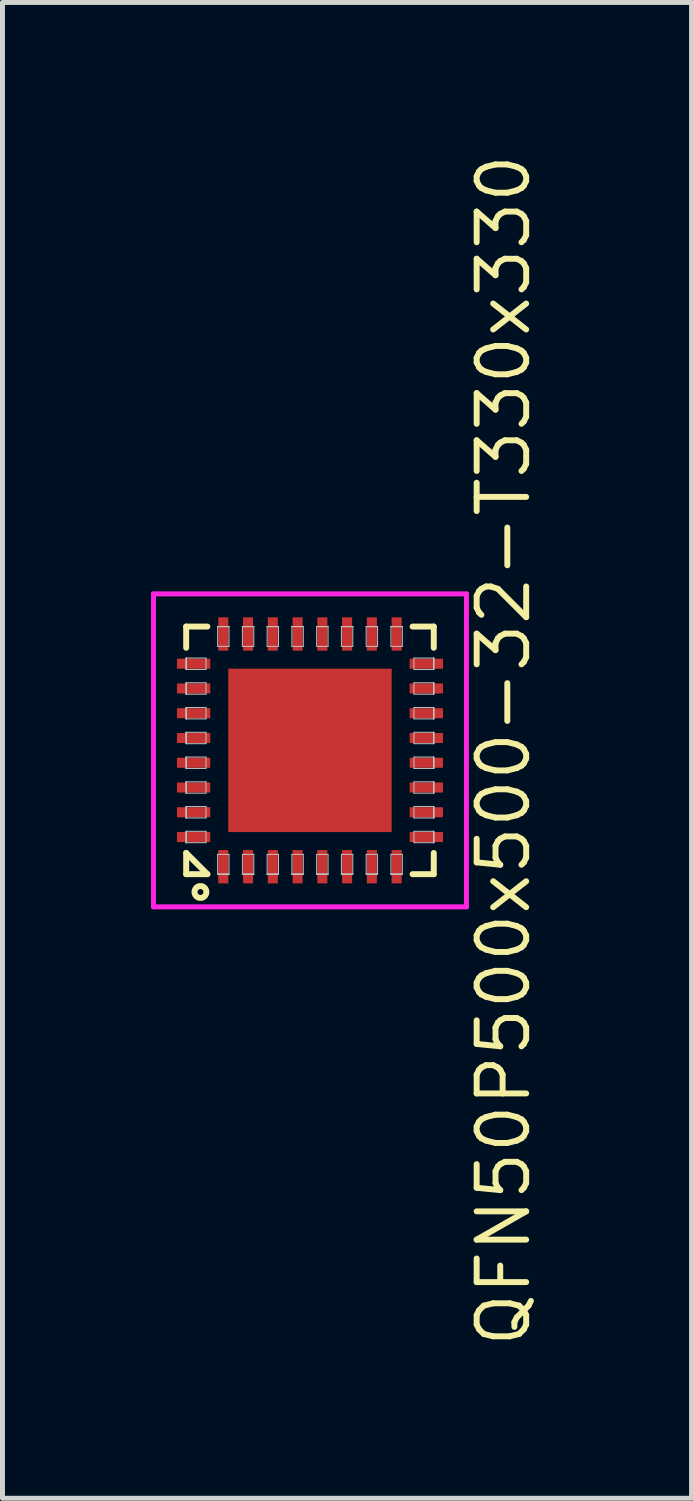
<source format=kicad_pcb>
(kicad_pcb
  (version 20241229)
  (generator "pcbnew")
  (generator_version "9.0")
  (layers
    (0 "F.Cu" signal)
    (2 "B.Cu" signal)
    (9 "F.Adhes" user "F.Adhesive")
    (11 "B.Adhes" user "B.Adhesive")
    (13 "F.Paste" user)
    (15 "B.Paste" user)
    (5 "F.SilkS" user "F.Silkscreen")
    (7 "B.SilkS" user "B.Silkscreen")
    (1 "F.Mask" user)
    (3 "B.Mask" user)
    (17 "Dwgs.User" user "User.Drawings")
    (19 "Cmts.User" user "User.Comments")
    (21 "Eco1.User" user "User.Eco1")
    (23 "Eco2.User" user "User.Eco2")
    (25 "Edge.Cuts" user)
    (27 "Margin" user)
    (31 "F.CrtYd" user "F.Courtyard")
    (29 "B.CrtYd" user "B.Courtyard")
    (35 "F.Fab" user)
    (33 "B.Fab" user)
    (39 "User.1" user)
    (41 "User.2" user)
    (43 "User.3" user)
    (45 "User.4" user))
  (footprint "QFN50P500x500-32-T330x330"
    (layer "F.Cu")
    (at 3.21 12.104)
    (property "Reference" "QFN50P500x500-32-T330x330" (at 3.91 0 90) (layer "F.SilkS") (effects (font (size 1 1) (thickness 0.12))))
    (attr through_hole)
    (fp_line (start -2.5 -2.5) (end -2.5 -2.072) (stroke (width 0.12) (type solid)) (layer "F.SilkS"))
    (fp_line (start -2.5 -2.5) (end -2.072 -2.5) (stroke (width 0.12) (type solid)) (layer "F.SilkS"))
    (fp_line (start -2.5 2.072) (end -2.072 2.5) (stroke (width 0.12) (type solid)) (layer "F.SilkS"))
    (fp_line (start -2.5 2.5) (end -2.5 2.072) (stroke (width 0.12) (type solid)) (layer "F.SilkS"))
    (fp_line (start -2.5 2.5) (end -2.072 2.5) (stroke (width 0.12) (type solid)) (layer "F.SilkS"))
    (fp_line (start 2.5 -2.5) (end 2.072 -2.5) (stroke (width 0.12) (type solid)) (layer "F.SilkS"))
    (fp_line (start 2.5 -2.5) (end 2.5 -2.072) (stroke (width 0.12) (type solid)) (layer "F.SilkS"))
    (fp_line (start 2.5 2.5) (end 2.072 2.5) (stroke (width 0.12) (type solid)) (layer "F.SilkS"))
    (fp_line (start 2.5 2.5) (end 2.5 2.072) (stroke (width 0.12) (type solid)) (layer "F.SilkS"))
    (fp_circle (center -2.212 2.86) (end -2.092 2.86) (stroke (width 0.12) (type solid)) (fill no) (layer "F.SilkS"))
    (fp_line (start -2.5 -1.865) (end -2.5 -1.865) (stroke (width 0.02) (type solid)) (layer "Dwgs.User"))
    (fp_line (start -2.5 -1.865) (end -2.5 -1.635) (stroke (width 0.02) (type solid)) (layer "Dwgs.User"))
    (fp_line (start -2.5 -1.865) (end -2.1 -1.865) (stroke (width 0.02) (type solid)) (layer "Dwgs.User"))
    (fp_line (start -2.5 -1.635) (end -2.5 -1.865) (stroke (width 0.02) (type solid)) (layer "Dwgs.User"))
    (fp_line (start -2.5 -1.635) (end -2.5 -1.865) (stroke (width 0.02) (type solid)) (layer "Dwgs.User"))
    (fp_line (start -2.5 -1.635) (end -2.5 -1.635) (stroke (width 0.02) (type solid)) (layer "Dwgs.User"))
    (fp_line (start -2.5 -1.365) (end -2.5 -1.365) (stroke (width 0.02) (type solid)) (layer "Dwgs.User"))
    (fp_line (start -2.5 -1.365) (end -2.5 -1.135) (stroke (width 0.02) (type solid)) (layer "Dwgs.User"))
    (fp_line (start -2.5 -1.365) (end -2.1 -1.365) (stroke (width 0.02) (type solid)) (layer "Dwgs.User"))
    (fp_line (start -2.5 -1.135) (end -2.5 -1.365) (stroke (width 0.02) (type solid)) (layer "Dwgs.User"))
    (fp_line (start -2.5 -1.135) (end -2.5 -1.365) (stroke (width 0.02) (type solid)) (layer "Dwgs.User"))
    (fp_line (start -2.5 -1.135) (end -2.5 -1.135) (stroke (width 0.02) (type solid)) (layer "Dwgs.User"))
    (fp_line (start -2.5 -0.865) (end -2.5 -0.865) (stroke (width 0.02) (type solid)) (layer "Dwgs.User"))
    (fp_line (start -2.5 -0.865) (end -2.5 -0.635) (stroke (width 0.02) (type solid)) (layer "Dwgs.User"))
    (fp_line (start -2.5 -0.865) (end -2.1 -0.865) (stroke (width 0.02) (type solid)) (layer "Dwgs.User"))
    (fp_line (start -2.5 -0.635) (end -2.5 -0.865) (stroke (width 0.02) (type solid)) (layer "Dwgs.User"))
    (fp_line (start -2.5 -0.635) (end -2.5 -0.865) (stroke (width 0.02) (type solid)) (layer "Dwgs.User"))
    (fp_line (start -2.5 -0.635) (end -2.5 -0.635) (stroke (width 0.02) (type solid)) (layer "Dwgs.User"))
    (fp_line (start -2.5 -0.365) (end -2.5 -0.365) (stroke (width 0.02) (type solid)) (layer "Dwgs.User"))
    (fp_line (start -2.5 -0.365) (end -2.5 -0.135) (stroke (width 0.02) (type solid)) (layer "Dwgs.User"))
    (fp_line (start -2.5 -0.365) (end -2.1 -0.365) (stroke (width 0.02) (type solid)) (layer "Dwgs.User"))
    (fp_line (start -2.5 -0.135) (end -2.5 -0.365) (stroke (width 0.02) (type solid)) (layer "Dwgs.User"))
    (fp_line (start -2.5 -0.135) (end -2.5 -0.365) (stroke (width 0.02) (type solid)) (layer "Dwgs.User"))
    (fp_line (start -2.5 -0.135) (end -2.5 -0.135) (stroke (width 0.02) (type solid)) (layer "Dwgs.User"))
    (fp_line (start -2.5 0.135) (end -2.5 0.135) (stroke (width 0.02) (type solid)) (layer "Dwgs.User"))
    (fp_line (start -2.5 0.135) (end -2.5 0.365) (stroke (width 0.02) (type solid)) (layer "Dwgs.User"))
    (fp_line (start -2.5 0.135) (end -2.1 0.135) (stroke (width 0.02) (type solid)) (layer "Dwgs.User"))
    (fp_line (start -2.5 0.365) (end -2.5 0.135) (stroke (width 0.02) (type solid)) (layer "Dwgs.User"))
    (fp_line (start -2.5 0.365) (end -2.5 0.135) (stroke (width 0.02) (type solid)) (layer "Dwgs.User"))
    (fp_line (start -2.5 0.365) (end -2.5 0.365) (stroke (width 0.02) (type solid)) (layer "Dwgs.User"))
    (fp_line (start -2.5 0.635) (end -2.5 0.635) (stroke (width 0.02) (type solid)) (layer "Dwgs.User"))
    (fp_line (start -2.5 0.635) (end -2.5 0.865) (stroke (width 0.02) (type solid)) (layer "Dwgs.User"))
    (fp_line (start -2.5 0.635) (end -2.1 0.635) (stroke (width 0.02) (type solid)) (layer "Dwgs.User"))
    (fp_line (start -2.5 0.865) (end -2.5 0.635) (stroke (width 0.02) (type solid)) (layer "Dwgs.User"))
    (fp_line (start -2.5 0.865) (end -2.5 0.635) (stroke (width 0.02) (type solid)) (layer "Dwgs.User"))
    (fp_line (start -2.5 0.865) (end -2.5 0.865) (stroke (width 0.02) (type solid)) (layer "Dwgs.User"))
    (fp_line (start -2.5 1.135) (end -2.5 1.135) (stroke (width 0.02) (type solid)) (layer "Dwgs.User"))
    (fp_line (start -2.5 1.135) (end -2.5 1.365) (stroke (width 0.02) (type solid)) (layer "Dwgs.User"))
    (fp_line (start -2.5 1.135) (end -2.1 1.135) (stroke (width 0.02) (type solid)) (layer "Dwgs.User"))
    (fp_line (start -2.5 1.365) (end -2.5 1.135) (stroke (width 0.02) (type solid)) (layer "Dwgs.User"))
    (fp_line (start -2.5 1.365) (end -2.5 1.135) (stroke (width 0.02) (type solid)) (layer "Dwgs.User"))
    (fp_line (start -2.5 1.365) (end -2.5 1.365) (stroke (width 0.02) (type solid)) (layer "Dwgs.User"))
    (fp_line (start -2.5 1.635) (end -2.5 1.635) (stroke (width 0.02) (type solid)) (layer "Dwgs.User"))
    (fp_line (start -2.5 1.635) (end -2.5 1.865) (stroke (width 0.02) (type solid)) (layer "Dwgs.User"))
    (fp_line (start -2.5 1.635) (end -2.1 1.635) (stroke (width 0.02) (type solid)) (layer "Dwgs.User"))
    (fp_line (start -2.5 1.865) (end -2.5 1.635) (stroke (width 0.02) (type solid)) (layer "Dwgs.User"))
    (fp_line (start -2.5 1.865) (end -2.5 1.635) (stroke (width 0.02) (type solid)) (layer "Dwgs.User"))
    (fp_line (start -2.5 1.865) (end -2.5 1.865) (stroke (width 0.02) (type solid)) (layer "Dwgs.User"))
    (fp_line (start -2.1 -1.865) (end -2.1 -1.635) (stroke (width 0.02) (type solid)) (layer "Dwgs.User"))
    (fp_line (start -2.1 -1.635) (end -2.5 -1.635) (stroke (width 0.02) (type solid)) (layer "Dwgs.User"))
    (fp_line (start -2.1 -1.365) (end -2.1 -1.135) (stroke (width 0.02) (type solid)) (layer "Dwgs.User"))
    (fp_line (start -2.1 -1.135) (end -2.5 -1.135) (stroke (width 0.02) (type solid)) (layer "Dwgs.User"))
    (fp_line (start -2.1 -0.865) (end -2.1 -0.635) (stroke (width 0.02) (type solid)) (layer "Dwgs.User"))
    (fp_line (start -2.1 -0.635) (end -2.5 -0.635) (stroke (width 0.02) (type solid)) (layer "Dwgs.User"))
    (fp_line (start -2.1 -0.365) (end -2.1 -0.135) (stroke (width 0.02) (type solid)) (layer "Dwgs.User"))
    (fp_line (start -2.1 -0.135) (end -2.5 -0.135) (stroke (width 0.02) (type solid)) (layer "Dwgs.User"))
    (fp_line (start -2.1 0.135) (end -2.1 0.365) (stroke (width 0.02) (type solid)) (layer "Dwgs.User"))
    (fp_line (start -2.1 0.365) (end -2.5 0.365) (stroke (width 0.02) (type solid)) (layer "Dwgs.User"))
    (fp_line (start -2.1 0.635) (end -2.1 0.865) (stroke (width 0.02) (type solid)) (layer "Dwgs.User"))
    (fp_line (start -2.1 0.865) (end -2.5 0.865) (stroke (width 0.02) (type solid)) (layer "Dwgs.User"))
    (fp_line (start -2.1 1.135) (end -2.1 1.365) (stroke (width 0.02) (type solid)) (layer "Dwgs.User"))
    (fp_line (start -2.1 1.365) (end -2.5 1.365) (stroke (width 0.02) (type solid)) (layer "Dwgs.User"))
    (fp_line (start -2.1 1.635) (end -2.1 1.865) (stroke (width 0.02) (type solid)) (layer "Dwgs.User"))
    (fp_line (start -2.1 1.865) (end -2.5 1.865) (stroke (width 0.02) (type solid)) (layer "Dwgs.User"))
    (fp_line (start -1.865 -2.5) (end -1.865 -2.5) (stroke (width 0.02) (type solid)) (layer "Dwgs.User"))
    (fp_line (start -1.865 -2.5) (end -1.635 -2.5) (stroke (width 0.02) (type solid)) (layer "Dwgs.User"))
    (fp_line (start -1.865 -2.5) (end -1.635 -2.5) (stroke (width 0.02) (type solid)) (layer "Dwgs.User"))
    (fp_line (start -1.865 -2.1) (end -1.865 -2.5) (stroke (width 0.02) (type solid)) (layer "Dwgs.User"))
    (fp_line (start -1.865 2.1) (end -1.865 2.5) (stroke (width 0.02) (type solid)) (layer "Dwgs.User"))
    (fp_line (start -1.865 2.5) (end -1.865 2.5) (stroke (width 0.02) (type solid)) (layer "Dwgs.User"))
    (fp_line (start -1.865 2.5) (end -1.635 2.5) (stroke (width 0.02) (type solid)) (layer "Dwgs.User"))
    (fp_line (start -1.865 2.5) (end -1.635 2.5) (stroke (width 0.02) (type solid)) (layer "Dwgs.User"))
    (fp_line (start -1.635 -2.5) (end -1.865 -2.5) (stroke (width 0.02) (type solid)) (layer "Dwgs.User"))
    (fp_line (start -1.635 -2.5) (end -1.635 -2.5) (stroke (width 0.02) (type solid)) (layer "Dwgs.User"))
    (fp_line (start -1.635 -2.5) (end -1.635 -2.1) (stroke (width 0.02) (type solid)) (layer "Dwgs.User"))
    (fp_line (start -1.635 -2.1) (end -1.865 -2.1) (stroke (width 0.02) (type solid)) (layer "Dwgs.User"))
    (fp_line (start -1.635 2.1) (end -1.865 2.1) (stroke (width 0.02) (type solid)) (layer "Dwgs.User"))
    (fp_line (start -1.635 2.5) (end -1.865 2.5) (stroke (width 0.02) (type solid)) (layer "Dwgs.User"))
    (fp_line (start -1.635 2.5) (end -1.635 2.1) (stroke (width 0.02) (type solid)) (layer "Dwgs.User"))
    (fp_line (start -1.635 2.5) (end -1.635 2.5) (stroke (width 0.02) (type solid)) (layer "Dwgs.User"))
    (fp_line (start -1.365 -2.5) (end -1.365 -2.5) (stroke (width 0.02) (type solid)) (layer "Dwgs.User"))
    (fp_line (start -1.365 -2.5) (end -1.135 -2.5) (stroke (width 0.02) (type solid)) (layer "Dwgs.User"))
    (fp_line (start -1.365 -2.5) (end -1.135 -2.5) (stroke (width 0.02) (type solid)) (layer "Dwgs.User"))
    (fp_line (start -1.365 -2.1) (end -1.365 -2.5) (stroke (width 0.02) (type solid)) (layer "Dwgs.User"))
    (fp_line (start -1.365 2.1) (end -1.365 2.5) (stroke (width 0.02) (type solid)) (layer "Dwgs.User"))
    (fp_line (start -1.365 2.5) (end -1.365 2.5) (stroke (width 0.02) (type solid)) (layer "Dwgs.User"))
    (fp_line (start -1.365 2.5) (end -1.135 2.5) (stroke (width 0.02) (type solid)) (layer "Dwgs.User"))
    (fp_line (start -1.365 2.5) (end -1.135 2.5) (stroke (width 0.02) (type solid)) (layer "Dwgs.User"))
    (fp_line (start -1.135 -2.5) (end -1.365 -2.5) (stroke (width 0.02) (type solid)) (layer "Dwgs.User"))
    (fp_line (start -1.135 -2.5) (end -1.135 -2.5) (stroke (width 0.02) (type solid)) (layer "Dwgs.User"))
    (fp_line (start -1.135 -2.5) (end -1.135 -2.1) (stroke (width 0.02) (type solid)) (layer "Dwgs.User"))
    (fp_line (start -1.135 -2.1) (end -1.365 -2.1) (stroke (width 0.02) (type solid)) (layer "Dwgs.User"))
    (fp_line (start -1.135 2.1) (end -1.365 2.1) (stroke (width 0.02) (type solid)) (layer "Dwgs.User"))
    (fp_line (start -1.135 2.5) (end -1.365 2.5) (stroke (width 0.02) (type solid)) (layer "Dwgs.User"))
    (fp_line (start -1.135 2.5) (end -1.135 2.1) (stroke (width 0.02) (type solid)) (layer "Dwgs.User"))
    (fp_line (start -1.135 2.5) (end -1.135 2.5) (stroke (width 0.02) (type solid)) (layer "Dwgs.User"))
    (fp_line (start -0.865 -2.5) (end -0.865 -2.5) (stroke (width 0.02) (type solid)) (layer "Dwgs.User"))
    (fp_line (start -0.865 -2.5) (end -0.635 -2.5) (stroke (width 0.02) (type solid)) (layer "Dwgs.User"))
    (fp_line (start -0.865 -2.5) (end -0.635 -2.5) (stroke (width 0.02) (type solid)) (layer "Dwgs.User"))
    (fp_line (start -0.865 -2.1) (end -0.865 -2.5) (stroke (width 0.02) (type solid)) (layer "Dwgs.User"))
    (fp_line (start -0.865 2.1) (end -0.865 2.5) (stroke (width 0.02) (type solid)) (layer "Dwgs.User"))
    (fp_line (start -0.865 2.5) (end -0.865 2.5) (stroke (width 0.02) (type solid)) (layer "Dwgs.User"))
    (fp_line (start -0.865 2.5) (end -0.635 2.5) (stroke (width 0.02) (type solid)) (layer "Dwgs.User"))
    (fp_line (start -0.865 2.5) (end -0.635 2.5) (stroke (width 0.02) (type solid)) (layer "Dwgs.User"))
    (fp_line (start -0.635 -2.5) (end -0.865 -2.5) (stroke (width 0.02) (type solid)) (layer "Dwgs.User"))
    (fp_line (start -0.635 -2.5) (end -0.635 -2.5) (stroke (width 0.02) (type solid)) (layer "Dwgs.User"))
    (fp_line (start -0.635 -2.5) (end -0.635 -2.1) (stroke (width 0.02) (type solid)) (layer "Dwgs.User"))
    (fp_line (start -0.635 -2.1) (end -0.865 -2.1) (stroke (width 0.02) (type solid)) (layer "Dwgs.User"))
    (fp_line (start -0.635 2.1) (end -0.865 2.1) (stroke (width 0.02) (type solid)) (layer "Dwgs.User"))
    (fp_line (start -0.635 2.5) (end -0.865 2.5) (stroke (width 0.02) (type solid)) (layer "Dwgs.User"))
    (fp_line (start -0.635 2.5) (end -0.635 2.1) (stroke (width 0.02) (type solid)) (layer "Dwgs.User"))
    (fp_line (start -0.635 2.5) (end -0.635 2.5) (stroke (width 0.02) (type solid)) (layer "Dwgs.User"))
    (fp_line (start -0.365 -2.5) (end -0.365 -2.5) (stroke (width 0.02) (type solid)) (layer "Dwgs.User"))
    (fp_line (start -0.365 -2.5) (end -0.135 -2.5) (stroke (width 0.02) (type solid)) (layer "Dwgs.User"))
    (fp_line (start -0.365 -2.5) (end -0.135 -2.5) (stroke (width 0.02) (type solid)) (layer "Dwgs.User"))
    (fp_line (start -0.365 -2.1) (end -0.365 -2.5) (stroke (width 0.02) (type solid)) (layer "Dwgs.User"))
    (fp_line (start -0.365 2.1) (end -0.365 2.5) (stroke (width 0.02) (type solid)) (layer "Dwgs.User"))
    (fp_line (start -0.365 2.5) (end -0.365 2.5) (stroke (width 0.02) (type solid)) (layer "Dwgs.User"))
    (fp_line (start -0.365 2.5) (end -0.135 2.5) (stroke (width 0.02) (type solid)) (layer "Dwgs.User"))
    (fp_line (start -0.365 2.5) (end -0.135 2.5) (stroke (width 0.02) (type solid)) (layer "Dwgs.User"))
    (fp_line (start -0.135 -2.5) (end -0.365 -2.5) (stroke (width 0.02) (type solid)) (layer "Dwgs.User"))
    (fp_line (start -0.135 -2.5) (end -0.135 -2.5) (stroke (width 0.02) (type solid)) (layer "Dwgs.User"))
    (fp_line (start -0.135 -2.5) (end -0.135 -2.1) (stroke (width 0.02) (type solid)) (layer "Dwgs.User"))
    (fp_line (start -0.135 -2.1) (end -0.365 -2.1) (stroke (width 0.02) (type solid)) (layer "Dwgs.User"))
    (fp_line (start -0.135 2.1) (end -0.365 2.1) (stroke (width 0.02) (type solid)) (layer "Dwgs.User"))
    (fp_line (start -0.135 2.5) (end -0.365 2.5) (stroke (width 0.02) (type solid)) (layer "Dwgs.User"))
    (fp_line (start -0.135 2.5) (end -0.135 2.1) (stroke (width 0.02) (type solid)) (layer "Dwgs.User"))
    (fp_line (start -0.135 2.5) (end -0.135 2.5) (stroke (width 0.02) (type solid)) (layer "Dwgs.User"))
    (fp_line (start 0.135 -2.5) (end 0.135 -2.5) (stroke (width 0.02) (type solid)) (layer "Dwgs.User"))
    (fp_line (start 0.135 -2.5) (end 0.365 -2.5) (stroke (width 0.02) (type solid)) (layer "Dwgs.User"))
    (fp_line (start 0.135 -2.5) (end 0.365 -2.5) (stroke (width 0.02) (type solid)) (layer "Dwgs.User"))
    (fp_line (start 0.135 -2.1) (end 0.135 -2.5) (stroke (width 0.02) (type solid)) (layer "Dwgs.User"))
    (fp_line (start 0.135 2.1) (end 0.135 2.5) (stroke (width 0.02) (type solid)) (layer "Dwgs.User"))
    (fp_line (start 0.135 2.5) (end 0.135 2.5) (stroke (width 0.02) (type solid)) (layer "Dwgs.User"))
    (fp_line (start 0.135 2.5) (end 0.365 2.5) (stroke (width 0.02) (type solid)) (layer "Dwgs.User"))
    (fp_line (start 0.135 2.5) (end 0.365 2.5) (stroke (width 0.02) (type solid)) (layer "Dwgs.User"))
    (fp_line (start 0.365 -2.5) (end 0.135 -2.5) (stroke (width 0.02) (type solid)) (layer "Dwgs.User"))
    (fp_line (start 0.365 -2.5) (end 0.365 -2.5) (stroke (width 0.02) (type solid)) (layer "Dwgs.User"))
    (fp_line (start 0.365 -2.5) (end 0.365 -2.1) (stroke (width 0.02) (type solid)) (layer "Dwgs.User"))
    (fp_line (start 0.365 -2.1) (end 0.135 -2.1) (stroke (width 0.02) (type solid)) (layer "Dwgs.User"))
    (fp_line (start 0.365 2.1) (end 0.135 2.1) (stroke (width 0.02) (type solid)) (layer "Dwgs.User"))
    (fp_line (start 0.365 2.5) (end 0.135 2.5) (stroke (width 0.02) (type solid)) (layer "Dwgs.User"))
    (fp_line (start 0.365 2.5) (end 0.365 2.1) (stroke (width 0.02) (type solid)) (layer "Dwgs.User"))
    (fp_line (start 0.365 2.5) (end 0.365 2.5) (stroke (width 0.02) (type solid)) (layer "Dwgs.User"))
    (fp_line (start 0.635 -2.5) (end 0.635 -2.5) (stroke (width 0.02) (type solid)) (layer "Dwgs.User"))
    (fp_line (start 0.635 -2.5) (end 0.865 -2.5) (stroke (width 0.02) (type solid)) (layer "Dwgs.User"))
    (fp_line (start 0.635 -2.5) (end 0.865 -2.5) (stroke (width 0.02) (type solid)) (layer "Dwgs.User"))
    (fp_line (start 0.635 -2.1) (end 0.635 -2.5) (stroke (width 0.02) (type solid)) (layer "Dwgs.User"))
    (fp_line (start 0.635 2.1) (end 0.635 2.5) (stroke (width 0.02) (type solid)) (layer "Dwgs.User"))
    (fp_line (start 0.635 2.5) (end 0.635 2.5) (stroke (width 0.02) (type solid)) (layer "Dwgs.User"))
    (fp_line (start 0.635 2.5) (end 0.865 2.5) (stroke (width 0.02) (type solid)) (layer "Dwgs.User"))
    (fp_line (start 0.635 2.5) (end 0.865 2.5) (stroke (width 0.02) (type solid)) (layer "Dwgs.User"))
    (fp_line (start 0.865 -2.5) (end 0.635 -2.5) (stroke (width 0.02) (type solid)) (layer "Dwgs.User"))
    (fp_line (start 0.865 -2.5) (end 0.865 -2.5) (stroke (width 0.02) (type solid)) (layer "Dwgs.User"))
    (fp_line (start 0.865 -2.5) (end 0.865 -2.1) (stroke (width 0.02) (type solid)) (layer "Dwgs.User"))
    (fp_line (start 0.865 -2.1) (end 0.635 -2.1) (stroke (width 0.02) (type solid)) (layer "Dwgs.User"))
    (fp_line (start 0.865 2.1) (end 0.635 2.1) (stroke (width 0.02) (type solid)) (layer "Dwgs.User"))
    (fp_line (start 0.865 2.5) (end 0.635 2.5) (stroke (width 0.02) (type solid)) (layer "Dwgs.User"))
    (fp_line (start 0.865 2.5) (end 0.865 2.1) (stroke (width 0.02) (type solid)) (layer "Dwgs.User"))
    (fp_line (start 0.865 2.5) (end 0.865 2.5) (stroke (width 0.02) (type solid)) (layer "Dwgs.User"))
    (fp_line (start 1.135 -2.5) (end 1.135 -2.5) (stroke (width 0.02) (type solid)) (layer "Dwgs.User"))
    (fp_line (start 1.135 -2.5) (end 1.365 -2.5) (stroke (width 0.02) (type solid)) (layer "Dwgs.User"))
    (fp_line (start 1.135 -2.5) (end 1.365 -2.5) (stroke (width 0.02) (type solid)) (layer "Dwgs.User"))
    (fp_line (start 1.135 -2.1) (end 1.135 -2.5) (stroke (width 0.02) (type solid)) (layer "Dwgs.User"))
    (fp_line (start 1.135 2.1) (end 1.135 2.5) (stroke (width 0.02) (type solid)) (layer "Dwgs.User"))
    (fp_line (start 1.135 2.5) (end 1.135 2.5) (stroke (width 0.02) (type solid)) (layer "Dwgs.User"))
    (fp_line (start 1.135 2.5) (end 1.365 2.5) (stroke (width 0.02) (type solid)) (layer "Dwgs.User"))
    (fp_line (start 1.135 2.5) (end 1.365 2.5) (stroke (width 0.02) (type solid)) (layer "Dwgs.User"))
    (fp_line (start 1.365 -2.5) (end 1.135 -2.5) (stroke (width 0.02) (type solid)) (layer "Dwgs.User"))
    (fp_line (start 1.365 -2.5) (end 1.365 -2.5) (stroke (width 0.02) (type solid)) (layer "Dwgs.User"))
    (fp_line (start 1.365 -2.5) (end 1.365 -2.1) (stroke (width 0.02) (type solid)) (layer "Dwgs.User"))
    (fp_line (start 1.365 -2.1) (end 1.135 -2.1) (stroke (width 0.02) (type solid)) (layer "Dwgs.User"))
    (fp_line (start 1.365 2.1) (end 1.135 2.1) (stroke (width 0.02) (type solid)) (layer "Dwgs.User"))
    (fp_line (start 1.365 2.5) (end 1.135 2.5) (stroke (width 0.02) (type solid)) (layer "Dwgs.User"))
    (fp_line (start 1.365 2.5) (end 1.365 2.1) (stroke (width 0.02) (type solid)) (layer "Dwgs.User"))
    (fp_line (start 1.365 2.5) (end 1.365 2.5) (stroke (width 0.02) (type solid)) (layer "Dwgs.User"))
    (fp_line (start 1.635 -2.5) (end 1.635 -2.5) (stroke (width 0.02) (type solid)) (layer "Dwgs.User"))
    (fp_line (start 1.635 -2.5) (end 1.865 -2.5) (stroke (width 0.02) (type solid)) (layer "Dwgs.User"))
    (fp_line (start 1.635 -2.5) (end 1.865 -2.5) (stroke (width 0.02) (type solid)) (layer "Dwgs.User"))
    (fp_line (start 1.635 -2.1) (end 1.635 -2.5) (stroke (width 0.02) (type solid)) (layer "Dwgs.User"))
    (fp_line (start 1.635 2.1) (end 1.635 2.5) (stroke (width 0.02) (type solid)) (layer "Dwgs.User"))
    (fp_line (start 1.635 2.5) (end 1.635 2.5) (stroke (width 0.02) (type solid)) (layer "Dwgs.User"))
    (fp_line (start 1.635 2.5) (end 1.865 2.5) (stroke (width 0.02) (type solid)) (layer "Dwgs.User"))
    (fp_line (start 1.635 2.5) (end 1.865 2.5) (stroke (width 0.02) (type solid)) (layer "Dwgs.User"))
    (fp_line (start 1.865 -2.5) (end 1.635 -2.5) (stroke (width 0.02) (type solid)) (layer "Dwgs.User"))
    (fp_line (start 1.865 -2.5) (end 1.865 -2.5) (stroke (width 0.02) (type solid)) (layer "Dwgs.User"))
    (fp_line (start 1.865 -2.5) (end 1.865 -2.1) (stroke (width 0.02) (type solid)) (layer "Dwgs.User"))
    (fp_line (start 1.865 -2.1) (end 1.635 -2.1) (stroke (width 0.02) (type solid)) (layer "Dwgs.User"))
    (fp_line (start 1.865 2.1) (end 1.635 2.1) (stroke (width 0.02) (type solid)) (layer "Dwgs.User"))
    (fp_line (start 1.865 2.5) (end 1.635 2.5) (stroke (width 0.02) (type solid)) (layer "Dwgs.User"))
    (fp_line (start 1.865 2.5) (end 1.865 2.1) (stroke (width 0.02) (type solid)) (layer "Dwgs.User"))
    (fp_line (start 1.865 2.5) (end 1.865 2.5) (stroke (width 0.02) (type solid)) (layer "Dwgs.User"))
    (fp_line (start 2.1 -1.865) (end 2.1 -1.635) (stroke (width 0.02) (type solid)) (layer "Dwgs.User"))
    (fp_line (start 2.1 -1.635) (end 2.5 -1.635) (stroke (width 0.02) (type solid)) (layer "Dwgs.User"))
    (fp_line (start 2.1 -1.365) (end 2.1 -1.135) (stroke (width 0.02) (type solid)) (layer "Dwgs.User"))
    (fp_line (start 2.1 -1.135) (end 2.5 -1.135) (stroke (width 0.02) (type solid)) (layer "Dwgs.User"))
    (fp_line (start 2.1 -0.865) (end 2.1 -0.635) (stroke (width 0.02) (type solid)) (layer "Dwgs.User"))
    (fp_line (start 2.1 -0.635) (end 2.5 -0.635) (stroke (width 0.02) (type solid)) (layer "Dwgs.User"))
    (fp_line (start 2.1 -0.365) (end 2.1 -0.135) (stroke (width 0.02) (type solid)) (layer "Dwgs.User"))
    (fp_line (start 2.1 -0.135) (end 2.5 -0.135) (stroke (width 0.02) (type solid)) (layer "Dwgs.User"))
    (fp_line (start 2.1 0.135) (end 2.1 0.365) (stroke (width 0.02) (type solid)) (layer "Dwgs.User"))
    (fp_line (start 2.1 0.365) (end 2.5 0.365) (stroke (width 0.02) (type solid)) (layer "Dwgs.User"))
    (fp_line (start 2.1 0.635) (end 2.1 0.865) (stroke (width 0.02) (type solid)) (layer "Dwgs.User"))
    (fp_line (start 2.1 0.865) (end 2.5 0.865) (stroke (width 0.02) (type solid)) (layer "Dwgs.User"))
    (fp_line (start 2.1 1.135) (end 2.1 1.365) (stroke (width 0.02) (type solid)) (layer "Dwgs.User"))
    (fp_line (start 2.1 1.365) (end 2.5 1.365) (stroke (width 0.02) (type solid)) (layer "Dwgs.User"))
    (fp_line (start 2.1 1.635) (end 2.1 1.865) (stroke (width 0.02) (type solid)) (layer "Dwgs.User"))
    (fp_line (start 2.1 1.865) (end 2.5 1.865) (stroke (width 0.02) (type solid)) (layer "Dwgs.User"))
    (fp_line (start 2.5 -1.865) (end 2.1 -1.865) (stroke (width 0.02) (type solid)) (layer "Dwgs.User"))
    (fp_line (start 2.5 -1.865) (end 2.5 -1.865) (stroke (width 0.02) (type solid)) (layer "Dwgs.User"))
    (fp_line (start 2.5 -1.865) (end 2.5 -1.635) (stroke (width 0.02) (type solid)) (layer "Dwgs.User"))
    (fp_line (start 2.5 -1.635) (end 2.5 -1.865) (stroke (width 0.02) (type solid)) (layer "Dwgs.User"))
    (fp_line (start 2.5 -1.635) (end 2.5 -1.865) (stroke (width 0.02) (type solid)) (layer "Dwgs.User"))
    (fp_line (start 2.5 -1.635) (end 2.5 -1.635) (stroke (width 0.02) (type solid)) (layer "Dwgs.User"))
    (fp_line (start 2.5 -1.365) (end 2.1 -1.365) (stroke (width 0.02) (type solid)) (layer "Dwgs.User"))
    (fp_line (start 2.5 -1.365) (end 2.5 -1.365) (stroke (width 0.02) (type solid)) (layer "Dwgs.User"))
    (fp_line (start 2.5 -1.365) (end 2.5 -1.135) (stroke (width 0.02) (type solid)) (layer "Dwgs.User"))
    (fp_line (start 2.5 -1.135) (end 2.5 -1.365) (stroke (width 0.02) (type solid)) (layer "Dwgs.User"))
    (fp_line (start 2.5 -1.135) (end 2.5 -1.365) (stroke (width 0.02) (type solid)) (layer "Dwgs.User"))
    (fp_line (start 2.5 -1.135) (end 2.5 -1.135) (stroke (width 0.02) (type solid)) (layer "Dwgs.User"))
    (fp_line (start 2.5 -0.865) (end 2.1 -0.865) (stroke (width 0.02) (type solid)) (layer "Dwgs.User"))
    (fp_line (start 2.5 -0.865) (end 2.5 -0.865) (stroke (width 0.02) (type solid)) (layer "Dwgs.User"))
    (fp_line (start 2.5 -0.865) (end 2.5 -0.635) (stroke (width 0.02) (type solid)) (layer "Dwgs.User"))
    (fp_line (start 2.5 -0.635) (end 2.5 -0.865) (stroke (width 0.02) (type solid)) (layer "Dwgs.User"))
    (fp_line (start 2.5 -0.635) (end 2.5 -0.865) (stroke (width 0.02) (type solid)) (layer "Dwgs.User"))
    (fp_line (start 2.5 -0.635) (end 2.5 -0.635) (stroke (width 0.02) (type solid)) (layer "Dwgs.User"))
    (fp_line (start 2.5 -0.365) (end 2.1 -0.365) (stroke (width 0.02) (type solid)) (layer "Dwgs.User"))
    (fp_line (start 2.5 -0.365) (end 2.5 -0.365) (stroke (width 0.02) (type solid)) (layer "Dwgs.User"))
    (fp_line (start 2.5 -0.365) (end 2.5 -0.135) (stroke (width 0.02) (type solid)) (layer "Dwgs.User"))
    (fp_line (start 2.5 -0.135) (end 2.5 -0.365) (stroke (width 0.02) (type solid)) (layer "Dwgs.User"))
    (fp_line (start 2.5 -0.135) (end 2.5 -0.365) (stroke (width 0.02) (type solid)) (layer "Dwgs.User"))
    (fp_line (start 2.5 -0.135) (end 2.5 -0.135) (stroke (width 0.02) (type solid)) (layer "Dwgs.User"))
    (fp_line (start 2.5 0.135) (end 2.1 0.135) (stroke (width 0.02) (type solid)) (layer "Dwgs.User"))
    (fp_line (start 2.5 0.135) (end 2.5 0.135) (stroke (width 0.02) (type solid)) (layer "Dwgs.User"))
    (fp_line (start 2.5 0.135) (end 2.5 0.365) (stroke (width 0.02) (type solid)) (layer "Dwgs.User"))
    (fp_line (start 2.5 0.365) (end 2.5 0.135) (stroke (width 0.02) (type solid)) (layer "Dwgs.User"))
    (fp_line (start 2.5 0.365) (end 2.5 0.135) (stroke (width 0.02) (type solid)) (layer "Dwgs.User"))
    (fp_line (start 2.5 0.365) (end 2.5 0.365) (stroke (width 0.02) (type solid)) (layer "Dwgs.User"))
    (fp_line (start 2.5 0.635) (end 2.1 0.635) (stroke (width 0.02) (type solid)) (layer "Dwgs.User"))
    (fp_line (start 2.5 0.635) (end 2.5 0.635) (stroke (width 0.02) (type solid)) (layer "Dwgs.User"))
    (fp_line (start 2.5 0.635) (end 2.5 0.865) (stroke (width 0.02) (type solid)) (layer "Dwgs.User"))
    (fp_line (start 2.5 0.865) (end 2.5 0.635) (stroke (width 0.02) (type solid)) (layer "Dwgs.User"))
    (fp_line (start 2.5 0.865) (end 2.5 0.635) (stroke (width 0.02) (type solid)) (layer "Dwgs.User"))
    (fp_line (start 2.5 0.865) (end 2.5 0.865) (stroke (width 0.02) (type solid)) (layer "Dwgs.User"))
    (fp_line (start 2.5 1.135) (end 2.1 1.135) (stroke (width 0.02) (type solid)) (layer "Dwgs.User"))
    (fp_line (start 2.5 1.135) (end 2.5 1.135) (stroke (width 0.02) (type solid)) (layer "Dwgs.User"))
    (fp_line (start 2.5 1.135) (end 2.5 1.365) (stroke (width 0.02) (type solid)) (layer "Dwgs.User"))
    (fp_line (start 2.5 1.365) (end 2.5 1.135) (stroke (width 0.02) (type solid)) (layer "Dwgs.User"))
    (fp_line (start 2.5 1.365) (end 2.5 1.135) (stroke (width 0.02) (type solid)) (layer "Dwgs.User"))
    (fp_line (start 2.5 1.365) (end 2.5 1.365) (stroke (width 0.02) (type solid)) (layer "Dwgs.User"))
    (fp_line (start 2.5 1.635) (end 2.1 1.635) (stroke (width 0.02) (type solid)) (layer "Dwgs.User"))
    (fp_line (start 2.5 1.635) (end 2.5 1.635) (stroke (width 0.02) (type solid)) (layer "Dwgs.User"))
    (fp_line (start 2.5 1.635) (end 2.5 1.865) (stroke (width 0.02) (type solid)) (layer "Dwgs.User"))
    (fp_line (start 2.5 1.865) (end 2.5 1.635) (stroke (width 0.02) (type solid)) (layer "Dwgs.User"))
    (fp_line (start 2.5 1.865) (end 2.5 1.635) (stroke (width 0.02) (type solid)) (layer "Dwgs.User"))
    (fp_line (start 2.5 1.865) (end 2.5 1.865) (stroke (width 0.02) (type solid)) (layer "Dwgs.User"))
    (fp_line (start -0.75 0) (end 0.75 0) (stroke (width 0.12) (type solid)) (layer "Eco1.User"))
    (fp_line (start 0 -0.75) (end 0 0.75) (stroke (width 0.12) (type solid)) (layer "Eco1.User"))
    (fp_circle (center 0 0) (end 0.5 0) (stroke (width 0.12) (type solid)) (fill no) (layer "Eco1.User"))
    (fp_line (start -3.16 -3.16) (end -3.16 3.16) (stroke (width 0.1) (type solid)) (layer "F.CrtYd"))
    (fp_line (start -3.16 3.16) (end 3.16 3.16) (stroke (width 0.1) (type solid)) (layer "F.CrtYd"))
    (fp_line (start 3.16 -3.16) (end -3.16 -3.16) (stroke (width 0.1) (type solid)) (layer "F.CrtYd"))
    (fp_line (start 3.16 3.16) (end 3.16 -3.16) (stroke (width 0.1) (type solid)) (layer "F.CrtYd"))
    (pad "1" smd rect (at -1.75 2.35) (size 0.203 0.673) (layers "F.Cu" "F.Mask" "F.Paste"))
    (pad "2" smd rect (at -1.25 2.35) (size 0.203 0.673) (layers "F.Cu" "F.Mask" "F.Paste"))
    (pad "3" smd rect (at -0.75 2.35) (size 0.203 0.673) (layers "F.Cu" "F.Mask" "F.Paste"))
    (pad "4" smd rect (at -0.25 2.35) (size 0.203 0.673) (layers "F.Cu" "F.Mask" "F.Paste"))
    (pad "5" smd rect (at 0.25 2.35) (size 0.203 0.673) (layers "F.Cu" "F.Mask" "F.Paste"))
    (pad "6" smd rect (at 0.75 2.35) (size 0.203 0.673) (layers "F.Cu" "F.Mask" "F.Paste"))
    (pad "7" smd rect (at 1.25 2.35) (size 0.203 0.673) (layers "F.Cu" "F.Mask" "F.Paste"))
    (pad "8" smd rect (at 1.75 2.35) (size 0.203 0.673) (layers "F.Cu" "F.Mask" "F.Paste"))
    (pad "9" smd rect (at 2.35 1.75) (size 0.673 0.203) (layers "F.Cu" "F.Mask" "F.Paste"))
    (pad "10" smd rect (at 2.35 1.25) (size 0.673 0.203) (layers "F.Cu" "F.Mask" "F.Paste"))
    (pad "11" smd rect (at 2.35 0.75) (size 0.673 0.203) (layers "F.Cu" "F.Mask" "F.Paste"))
    (pad "12" smd rect (at 2.35 0.25) (size 0.673 0.203) (layers "F.Cu" "F.Mask" "F.Paste"))
    (pad "13" smd rect (at 2.35 -0.25) (size 0.673 0.203) (layers "F.Cu" "F.Mask" "F.Paste"))
    (pad "14" smd rect (at 2.35 -0.75) (size 0.673 0.203) (layers "F.Cu" "F.Mask" "F.Paste"))
    (pad "15" smd rect (at 2.35 -1.25) (size 0.673 0.203) (layers "F.Cu" "F.Mask" "F.Paste"))
    (pad "16" smd rect (at 2.35 -1.75) (size 0.673 0.203) (layers "F.Cu" "F.Mask" "F.Paste"))
    (pad "17" smd rect (at 1.75 -2.35) (size 0.203 0.673) (layers "F.Cu" "F.Mask" "F.Paste"))
    (pad "18" smd rect (at 1.25 -2.35) (size 0.203 0.673) (layers "F.Cu" "F.Mask" "F.Paste"))
    (pad "19" smd rect (at 0.75 -2.35) (size 0.203 0.673) (layers "F.Cu" "F.Mask" "F.Paste"))
    (pad "20" smd rect (at 0.25 -2.35) (size 0.203 0.673) (layers "F.Cu" "F.Mask" "F.Paste"))
    (pad "21" smd rect (at -0.25 -2.35) (size 0.203 0.673) (layers "F.Cu" "F.Mask" "F.Paste"))
    (pad "22" smd rect (at -0.75 -2.35) (size 0.203 0.673) (layers "F.Cu" "F.Mask" "F.Paste"))
    (pad "23" smd rect (at -1.25 -2.35) (size 0.203 0.673) (layers "F.Cu" "F.Mask" "F.Paste"))
    (pad "24" smd rect (at -1.75 -2.35) (size 0.203 0.673) (layers "F.Cu" "F.Mask" "F.Paste"))
    (pad "25" smd rect (at -2.35 -1.75) (size 0.673 0.203) (layers "F.Cu" "F.Mask" "F.Paste"))
    (pad "26" smd rect (at -2.35 -1.25) (size 0.673 0.203) (layers "F.Cu" "F.Mask" "F.Paste"))
    (pad "27" smd rect (at -2.35 -0.75) (size 0.673 0.203) (layers "F.Cu" "F.Mask" "F.Paste"))
    (pad "28" smd rect (at -2.35 -0.25) (size 0.673 0.203) (layers "F.Cu" "F.Mask" "F.Paste"))
    (pad "29" smd rect (at -2.35 0.25) (size 0.673 0.203) (layers "F.Cu" "F.Mask" "F.Paste"))
    (pad "30" smd rect (at -2.35 0.75) (size 0.673 0.203) (layers "F.Cu" "F.Mask" "F.Paste"))
    (pad "31" smd rect (at -2.35 1.25) (size 0.673 0.203) (layers "F.Cu" "F.Mask" "F.Paste"))
    (pad "32" smd rect (at -2.35 1.75) (size 0.673 0.203) (layers "F.Cu" "F.Mask" "F.Paste"))
    (pad "EP" smd rect (at 0 0) (size 3.3 3.3) (layers "F.Cu" "F.Mask" "F.Paste")))
  (gr_rect
    (start -3 -3)
    (end 10.916 27.208)
    (stroke (width 0.1) (type default))
    (fill no)
    (layer "Edge.Cuts")))
</source>
